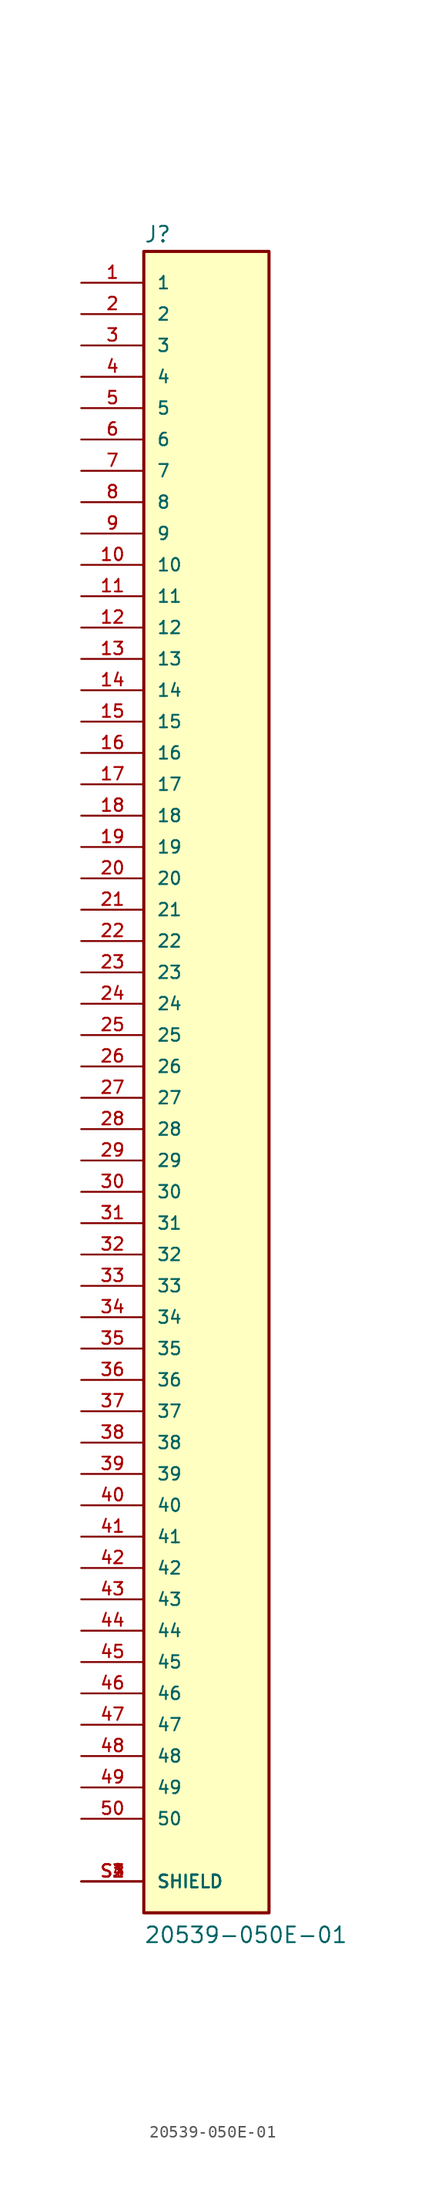
<source format=kicad_sym>
(kicad_symbol_lib
  (version 20211014)
  (generator kicad_symbol_editor)
  (symbol "20539-050E-01"
    (pin_names
      (offset 1.016))
    (property "Reference" "J"
      (at -5.08 69.215 0)
      (effects (font (size 1.27 1.27)) (justify bottom left)))
    (property "Value" "20539-050E-01"
      (at -5.08 -68.58 0)
      (effects (font (size 1.27 1.27)) (justify bottom left)))
    (symbol "20539-050E-01_0_0"
      (rectangle (start -5.08 -66.04) (end 5.08 68.58) (stroke (width 0.254)) (fill (type background)))
      (pin passive line (at -10.16 66.04 0) (length 5.08) (name "1" (effects (font (size 1.016 1.016)))) (number "1" (effects (font (size 1.016 1.016)))))
      (pin passive line (at -10.16 63.5 0) (length 5.08) (name "2" (effects (font (size 1.016 1.016)))) (number "2" (effects (font (size 1.016 1.016)))))
      (pin passive line (at -10.16 60.96 0) (length 5.08) (name "3" (effects (font (size 1.016 1.016)))) (number "3" (effects (font (size 1.016 1.016)))))
      (pin passive line (at -10.16 58.42 0) (length 5.08) (name "4" (effects (font (size 1.016 1.016)))) (number "4" (effects (font (size 1.016 1.016)))))
      (pin passive line (at -10.16 55.88 0) (length 5.08) (name "5" (effects (font (size 1.016 1.016)))) (number "5" (effects (font (size 1.016 1.016)))))
      (pin passive line (at -10.16 53.34 0) (length 5.08) (name "6" (effects (font (size 1.016 1.016)))) (number "6" (effects (font (size 1.016 1.016)))))
      (pin passive line (at -10.16 50.8 0) (length 5.08) (name "7" (effects (font (size 1.016 1.016)))) (number "7" (effects (font (size 1.016 1.016)))))
      (pin passive line (at -10.16 48.26 0) (length 5.08) (name "8" (effects (font (size 1.016 1.016)))) (number "8" (effects (font (size 1.016 1.016)))))
      (pin passive line (at -10.16 45.72 0) (length 5.08) (name "9" (effects (font (size 1.016 1.016)))) (number "9" (effects (font (size 1.016 1.016)))))
      (pin passive line (at -10.16 43.18 0) (length 5.08) (name "10" (effects (font (size 1.016 1.016)))) (number "10" (effects (font (size 1.016 1.016)))))
      (pin passive line (at -10.16 40.64 0) (length 5.08) (name "11" (effects (font (size 1.016 1.016)))) (number "11" (effects (font (size 1.016 1.016)))))
      (pin passive line (at -10.16 38.1 0) (length 5.08) (name "12" (effects (font (size 1.016 1.016)))) (number "12" (effects (font (size 1.016 1.016)))))
      (pin passive line (at -10.16 35.56 0) (length 5.08) (name "13" (effects (font (size 1.016 1.016)))) (number "13" (effects (font (size 1.016 1.016)))))
      (pin passive line (at -10.16 33.02 0) (length 5.08) (name "14" (effects (font (size 1.016 1.016)))) (number "14" (effects (font (size 1.016 1.016)))))
      (pin passive line (at -10.16 30.48 0) (length 5.08) (name "15" (effects (font (size 1.016 1.016)))) (number "15" (effects (font (size 1.016 1.016)))))
      (pin passive line (at -10.16 27.94 0) (length 5.08) (name "16" (effects (font (size 1.016 1.016)))) (number "16" (effects (font (size 1.016 1.016)))))
      (pin passive line (at -10.16 -63.5 0) (length 5.08) (name "SHIELD" (effects (font (size 1.016 1.016)))) (number "S1" (effects (font (size 1.016 1.016)))))
      (pin passive line (at -10.16 -63.5 0) (length 5.08) (name "SHIELD" (effects (font (size 1.016 1.016)))) (number "S2" (effects (font (size 1.016 1.016)))))
      (pin passive line (at -10.16 -63.5 0) (length 5.08) (name "SHIELD" (effects (font (size 1.016 1.016)))) (number "S3" (effects (font (size 1.016 1.016)))))
      (pin passive line (at -10.16 -63.5 0) (length 5.08) (name "SHIELD" (effects (font (size 1.016 1.016)))) (number "S4" (effects (font (size 1.016 1.016)))))
      (pin passive line (at -10.16 25.4 0) (length 5.08) (name "17" (effects (font (size 1.016 1.016)))) (number "17" (effects (font (size 1.016 1.016)))))
      (pin passive line (at -10.16 22.86 0) (length 5.08) (name "18" (effects (font (size 1.016 1.016)))) (number "18" (effects (font (size 1.016 1.016)))))
      (pin passive line (at -10.16 20.32 0) (length 5.08) (name "19" (effects (font (size 1.016 1.016)))) (number "19" (effects (font (size 1.016 1.016)))))
      (pin passive line (at -10.16 17.78 0) (length 5.08) (name "20" (effects (font (size 1.016 1.016)))) (number "20" (effects (font (size 1.016 1.016)))))
      (pin passive line (at -10.16 15.24 0) (length 5.08) (name "21" (effects (font (size 1.016 1.016)))) (number "21" (effects (font (size 1.016 1.016)))))
      (pin passive line (at -10.16 12.7 0) (length 5.08) (name "22" (effects (font (size 1.016 1.016)))) (number "22" (effects (font (size 1.016 1.016)))))
      (pin passive line (at -10.16 10.16 0) (length 5.08) (name "23" (effects (font (size 1.016 1.016)))) (number "23" (effects (font (size 1.016 1.016)))))
      (pin passive line (at -10.16 7.62 0) (length 5.08) (name "24" (effects (font (size 1.016 1.016)))) (number "24" (effects (font (size 1.016 1.016)))))
      (pin passive line (at -10.16 5.08 0) (length 5.08) (name "25" (effects (font (size 1.016 1.016)))) (number "25" (effects (font (size 1.016 1.016)))))
      (pin passive line (at -10.16 2.54 0) (length 5.08) (name "26" (effects (font (size 1.016 1.016)))) (number "26" (effects (font (size 1.016 1.016)))))
      (pin passive line (at -10.16 0.0 0) (length 5.08) (name "27" (effects (font (size 1.016 1.016)))) (number "27" (effects (font (size 1.016 1.016)))))
      (pin passive line (at -10.16 -2.54 0) (length 5.08) (name "28" (effects (font (size 1.016 1.016)))) (number "28" (effects (font (size 1.016 1.016)))))
      (pin passive line (at -10.16 -5.08 0) (length 5.08) (name "29" (effects (font (size 1.016 1.016)))) (number "29" (effects (font (size 1.016 1.016)))))
      (pin passive line (at -10.16 -7.62 0) (length 5.08) (name "30" (effects (font (size 1.016 1.016)))) (number "30" (effects (font (size 1.016 1.016)))))
      (pin passive line (at -10.16 -10.16 0) (length 5.08) (name "31" (effects (font (size 1.016 1.016)))) (number "31" (effects (font (size 1.016 1.016)))))
      (pin passive line (at -10.16 -12.7 0) (length 5.08) (name "32" (effects (font (size 1.016 1.016)))) (number "32" (effects (font (size 1.016 1.016)))))
      (pin passive line (at -10.16 -15.24 0) (length 5.08) (name "33" (effects (font (size 1.016 1.016)))) (number "33" (effects (font (size 1.016 1.016)))))
      (pin passive line (at -10.16 -17.78 0) (length 5.08) (name "34" (effects (font (size 1.016 1.016)))) (number "34" (effects (font (size 1.016 1.016)))))
      (pin passive line (at -10.16 -20.32 0) (length 5.08) (name "35" (effects (font (size 1.016 1.016)))) (number "35" (effects (font (size 1.016 1.016)))))
      (pin passive line (at -10.16 -22.86 0) (length 5.08) (name "36" (effects (font (size 1.016 1.016)))) (number "36" (effects (font (size 1.016 1.016)))))
      (pin passive line (at -10.16 -25.4 0) (length 5.08) (name "37" (effects (font (size 1.016 1.016)))) (number "37" (effects (font (size 1.016 1.016)))))
      (pin passive line (at -10.16 -27.94 0) (length 5.08) (name "38" (effects (font (size 1.016 1.016)))) (number "38" (effects (font (size 1.016 1.016)))))
      (pin passive line (at -10.16 -30.48 0) (length 5.08) (name "39" (effects (font (size 1.016 1.016)))) (number "39" (effects (font (size 1.016 1.016)))))
      (pin passive line (at -10.16 -33.02 0) (length 5.08) (name "40" (effects (font (size 1.016 1.016)))) (number "40" (effects (font (size 1.016 1.016)))))
      (pin passive line (at -10.16 -35.56 0) (length 5.08) (name "41" (effects (font (size 1.016 1.016)))) (number "41" (effects (font (size 1.016 1.016)))))
      (pin passive line (at -10.16 -38.1 0) (length 5.08) (name "42" (effects (font (size 1.016 1.016)))) (number "42" (effects (font (size 1.016 1.016)))))
      (pin passive line (at -10.16 -40.64 0) (length 5.08) (name "43" (effects (font (size 1.016 1.016)))) (number "43" (effects (font (size 1.016 1.016)))))
      (pin passive line (at -10.16 -43.18 0) (length 5.08) (name "44" (effects (font (size 1.016 1.016)))) (number "44" (effects (font (size 1.016 1.016)))))
      (pin passive line (at -10.16 -45.72 0) (length 5.08) (name "45" (effects (font (size 1.016 1.016)))) (number "45" (effects (font (size 1.016 1.016)))))
      (pin passive line (at -10.16 -48.26 0) (length 5.08) (name "46" (effects (font (size 1.016 1.016)))) (number "46" (effects (font (size 1.016 1.016)))))
      (pin passive line (at -10.16 -50.8 0) (length 5.08) (name "47" (effects (font (size 1.016 1.016)))) (number "47" (effects (font (size 1.016 1.016)))))
      (pin passive line (at -10.16 -53.34 0) (length 5.08) (name "48" (effects (font (size 1.016 1.016)))) (number "48" (effects (font (size 1.016 1.016)))))
      (pin passive line (at -10.16 -55.88 0) (length 5.08) (name "49" (effects (font (size 1.016 1.016)))) (number "49" (effects (font (size 1.016 1.016)))))
      (pin passive line (at -10.16 -58.42 0) (length 5.08) (name "50" (effects (font (size 1.016 1.016)))) (number "50" (effects (font (size 1.016 1.016))))))))
</source>
